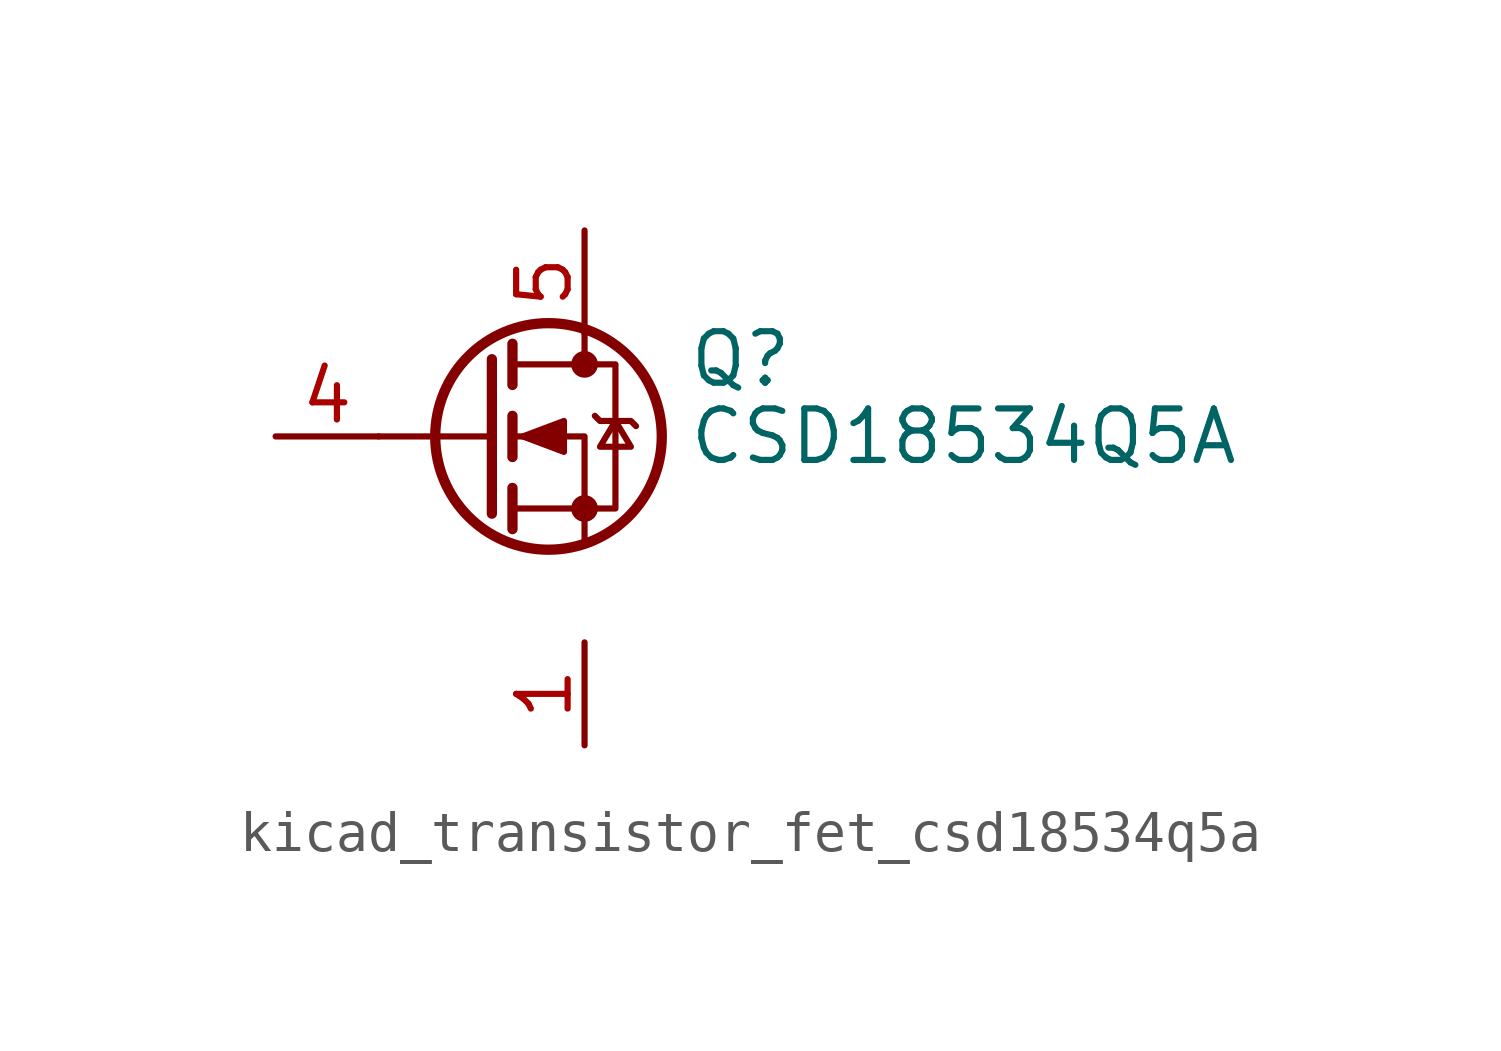
<source format=kicad_sym>
(kicad_symbol_lib
  (version 20220914)
  (generator kicad_symbol_editor)
  (symbol "kicad_transistor_fet_csd18534q5a"
    (pin_names hide)
    (property "Reference" "Q"
      (at 5.08 1.905 0)
      (effects (font (size 1.27 1.27)) (justify left)))
    (property "Value" "CSD18534Q5A"
      (at 5.08 0 0)
      (effects (font (size 1.27 1.27)) (justify left)))
    (symbol "kicad_transistor_fet_csd18534q5a_0_1"
      (polyline (pts (xy 0.254 0) (xy -2.54 0)) (stroke (width 0) (type default)) (fill (type none)))
      (polyline (pts (xy 0.254 1.905) (xy 0.254 -1.905)) (stroke (width 0.254) (type default)) (fill (type none)))
      (polyline (pts (xy 0.762 -1.27) (xy 0.762 -2.286)) (stroke (width 0.254) (type default)) (fill (type none)))
      (polyline (pts (xy 0.762 0.508) (xy 0.762 -0.508)) (stroke (width 0.254) (type default)) (fill (type none)))
      (polyline (pts (xy 0.762 2.286) (xy 0.762 1.27)) (stroke (width 0.254) (type default)) (fill (type none)))
      (polyline (pts (xy 2.54 2.54) (xy 2.54 1.778)) (stroke (width 0) (type default)) (fill (type none)))
      (polyline (pts (xy 2.54 -2.54) (xy 2.54 0) (xy 0.762 0)) (stroke (width 0) (type default)) (fill (type none)))
      (polyline (pts (xy 0.762 -1.778) (xy 3.302 -1.778) (xy 3.302 1.778) (xy 0.762 1.778)) (stroke (width 0) (type default)) (fill (type none)))
      (polyline (pts (xy 1.016 0) (xy 2.032 0.381) (xy 2.032 -0.381) (xy 1.016 0)) (stroke (width 0) (type default)) (fill (type outline)))
      (polyline (pts (xy 2.794 0.508) (xy 2.921 0.381) (xy 3.683 0.381) (xy 3.81 0.254)) (stroke (width 0) (type default)) (fill (type none)))
      (polyline (pts (xy 3.302 0.381) (xy 2.921 -0.254) (xy 3.683 -0.254) (xy 3.302 0.381)) (stroke (width 0) (type default)) (fill (type none)))
      (circle (center 1.651 0) (radius 2.794) (stroke (width 0.254) (type default)) (fill (type none)))
      (circle (center 2.54 -1.778) (radius 0.254) (stroke (width 0) (type default)) (fill (type outline)))
      (circle (center 2.54 1.778) (radius 0.254) (stroke (width 0) (type default)) (fill (type outline))))
    (symbol "kicad_transistor_fet_csd18534q5a_1_1"
      (pin passive line (at 2.54 -5.08 270) (length 2.54) (name "S" (effects (font (size 1.27 1.27)))) (number "1" (effects (font (size 1.27 1.27)))))
      (pin passive line (at 2.54 -5.08 270) (length 2.54) hide (name "S" (effects (font (size 1.27 1.27)))) (number "2" (effects (font (size 1.27 1.27)))))
      (pin passive line (at 2.54 -5.08 90) (length 2.54) hide (name "S" (effects (font (size 1.27 1.27)))) (number "3" (effects (font (size 1.27 1.27)))))
      (pin passive line (at -5.08 0 0) (length 2.54) (name "G" (effects (font (size 1.27 1.27)))) (number "4" (effects (font (size 1.27 1.27)))))
      (pin passive line (at 2.54 5.08 270) (length 2.54) (name "D" (effects (font (size 1.27 1.27)))) (number "5" (effects (font (size 1.27 1.27))))))))
</source>
